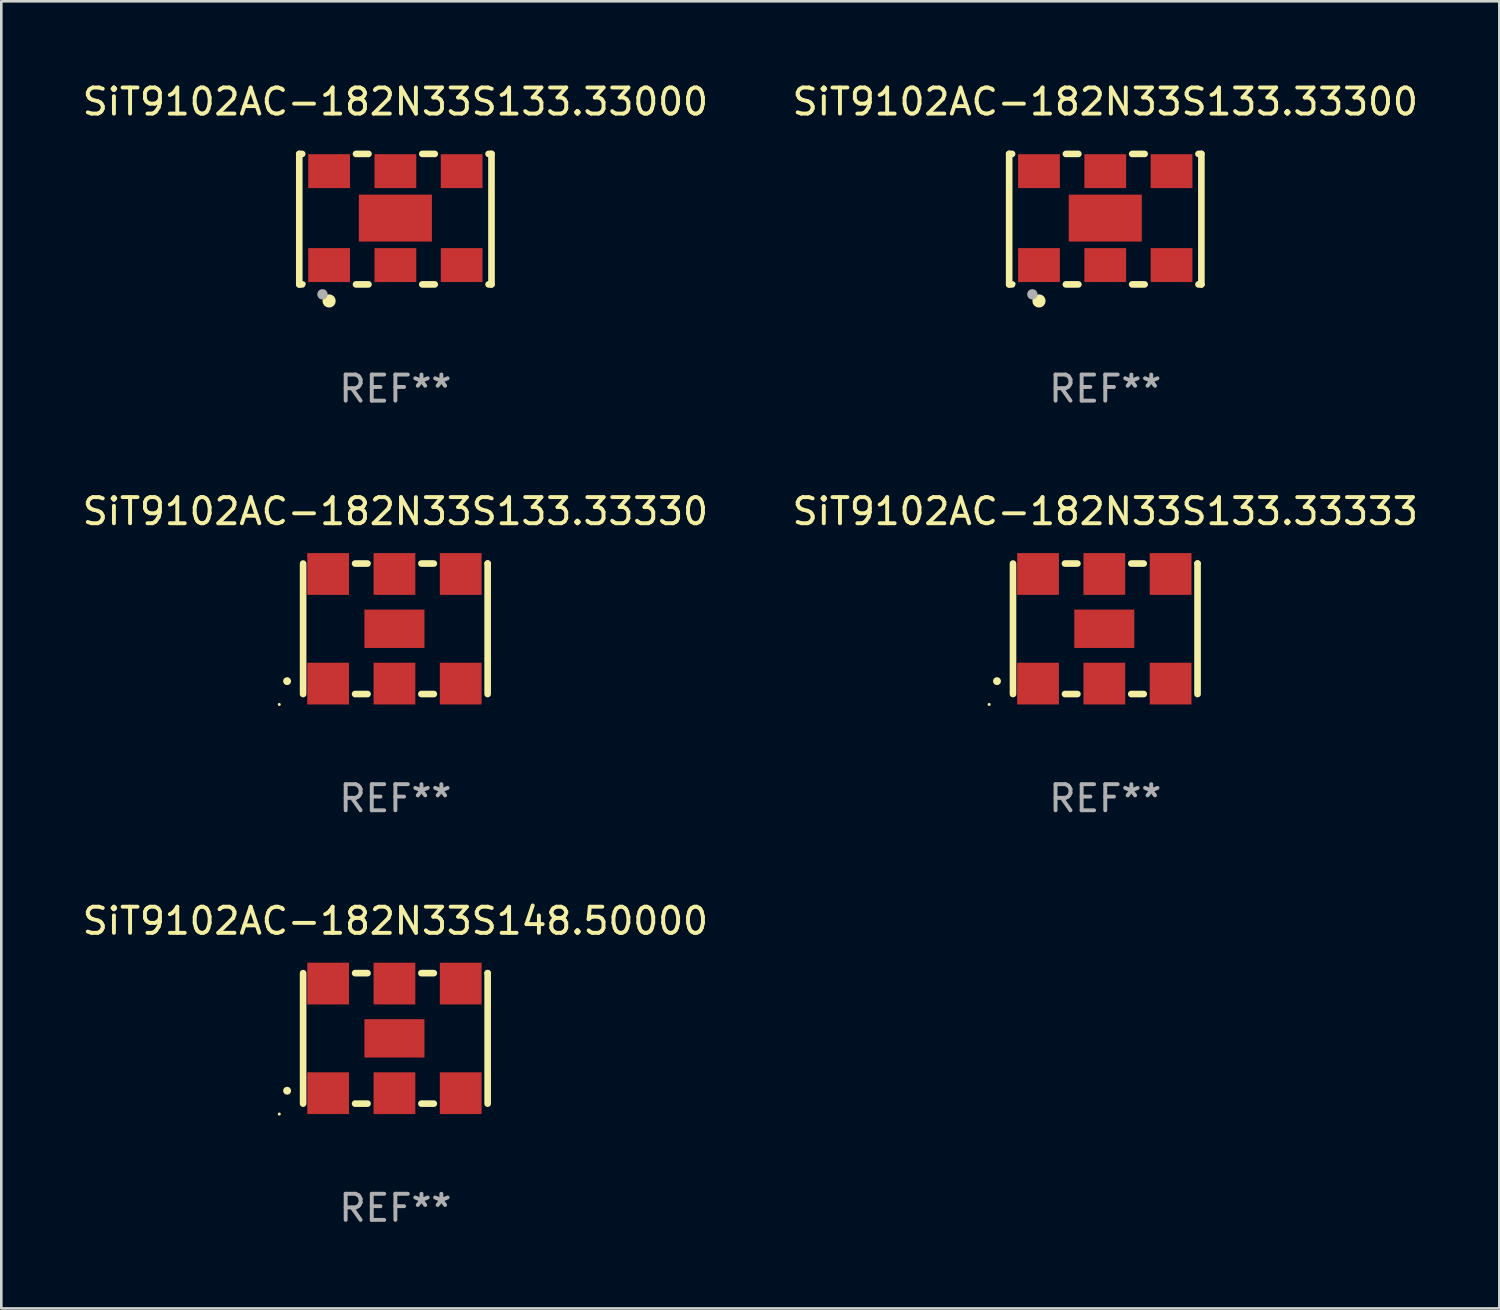
<source format=kicad_pcb>
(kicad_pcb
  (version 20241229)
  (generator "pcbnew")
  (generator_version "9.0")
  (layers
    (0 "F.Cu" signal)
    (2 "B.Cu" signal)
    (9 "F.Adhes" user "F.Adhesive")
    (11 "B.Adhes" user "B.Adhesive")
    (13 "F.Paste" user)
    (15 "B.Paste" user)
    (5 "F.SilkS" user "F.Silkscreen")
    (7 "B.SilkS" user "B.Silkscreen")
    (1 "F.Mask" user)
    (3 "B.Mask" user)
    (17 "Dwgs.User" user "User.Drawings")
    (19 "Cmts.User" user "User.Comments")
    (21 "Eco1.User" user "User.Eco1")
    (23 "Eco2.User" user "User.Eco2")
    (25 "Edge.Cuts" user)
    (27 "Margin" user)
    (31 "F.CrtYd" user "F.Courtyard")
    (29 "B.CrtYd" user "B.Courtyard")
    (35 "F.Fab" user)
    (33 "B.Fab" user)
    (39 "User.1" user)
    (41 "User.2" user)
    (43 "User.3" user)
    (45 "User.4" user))
  (footprint "SiT9102AC-182N33S148.50000"
    (layer "F.Cu")
    (at 12.101 36.741)
    (property "Reference" "SiT9102AC-182N33S148.50000" (at 0 -4.5 0) (layer "F.SilkS") (effects (font (size 1 1) (thickness 0.15))))
    (attr through_hole)
    (fp_line (start -3.536 -2.5) (end -3.536 2.5) (stroke (width 0.254) (type solid)) (layer "F.SilkS"))
    (fp_line (start -1.544 2.5) (end -1.067 2.5) (stroke (width 0.254) (type solid)) (layer "F.SilkS"))
    (fp_line (start -1.067 -2.5) (end -1.544 -2.5) (stroke (width 0.254) (type solid)) (layer "F.SilkS"))
    (fp_line (start 0.996 2.5) (end 1.473 2.5) (stroke (width 0.254) (type solid)) (layer "F.SilkS"))
    (fp_line (start 1.473 -2.5) (end 0.996 -2.5) (stroke (width 0.254) (type solid)) (layer "F.SilkS"))
    (fp_line (start 3.536 -2.5) (end 3.536 -2.5) (stroke (width 0.254) (type solid)) (layer "F.SilkS"))
    (fp_line (start 3.536 2.5) (end 3.536 -2.5) (stroke (width 0.254) (type solid)) (layer "F.SilkS"))
    (fp_arc (start -4.150432 2.006604) (mid -4.149162 2.006599) (end -4.147892 2.006604) (stroke (width 0.3) (type solid)) (layer "F.SilkS"))
    (fp_circle (center -4.449 2.9) (end -4.419 2.9) (stroke (width 0.06) (type solid)) (fill no) (layer "F.SilkS"))
    (fp_text user "REF**" (at 0 6.5 0) (layer "F.Fab") (effects (font (size 1 1) (thickness 0.15))))
    (pad "1" smd rect (at -2.576 2.1) (size 1.6 1.6) (layers "F.Cu" "F.Mask" "F.Paste"))
    (pad "2" smd rect (at -0.036 2.1) (size 1.6 1.6) (layers "F.Cu" "F.Mask" "F.Paste"))
    (pad "3" smd rect (at 2.504 2.1) (size 1.6 1.6) (layers "F.Cu" "F.Mask" "F.Paste"))
    (pad "4" smd rect (at 2.504 -2.1) (size 1.6 1.6) (layers "F.Cu" "F.Mask" "F.Paste"))
    (pad "5" smd rect (at -0.036 -2.1) (size 1.6 1.6) (layers "F.Cu" "F.Mask" "F.Paste"))
    (pad "6" smd rect (at -2.576 -2.1) (size 1.6 1.6) (layers "F.Cu" "F.Mask" "F.Paste"))
    (pad "7" smd rect (at -0.036 0) (size 2.3 1.47) (layers "F.Cu" "F.Mask" "F.Paste")))
  (footprint "SiT9102AC-182N33S133.33300"
    (layer "F.Cu")
    (at 39.304 5.348)
    (property "Reference" "SiT9102AC-182N33S133.33300" (at 0 -4.5 0) (layer "F.SilkS") (effects (font (size 1 1) (thickness 0.15))))
    (attr through_hole)
    (fp_line (start -3.683 -2.5) (end -3.571 -2.5) (stroke (width 0.254) (type solid)) (layer "F.SilkS"))
    (fp_line (start -3.683 2.5) (end -3.683 -2.5) (stroke (width 0.254) (type solid)) (layer "F.SilkS"))
    (fp_line (start -3.683 2.5) (end -3.571 2.5) (stroke (width 0.254) (type solid)) (layer "F.SilkS"))
    (fp_line (start -1.509 -2.5) (end -1.031 -2.5) (stroke (width 0.254) (type solid)) (layer "F.SilkS"))
    (fp_line (start -1.509 2.5) (end -1.031 2.5) (stroke (width 0.254) (type solid)) (layer "F.SilkS"))
    (fp_line (start 1.031 -2.5) (end 1.509 -2.5) (stroke (width 0.254) (type solid)) (layer "F.SilkS"))
    (fp_line (start 1.031 2.5) (end 1.509 2.5) (stroke (width 0.254) (type solid)) (layer "F.SilkS"))
    (fp_line (start 3.571 -2.5) (end 3.683 -2.5) (stroke (width 0.254) (type solid)) (layer "F.SilkS"))
    (fp_line (start 3.571 2.5) (end 3.683 2.5) (stroke (width 0.254) (type solid)) (layer "F.SilkS"))
    (fp_line (start 3.683 2.5) (end 3.683 -2.5) (stroke (width 0.254) (type solid)) (layer "F.SilkS"))
    (fp_circle (center -3.5 2.46) (end -3.47 2.46) (stroke (width 0.06) (type solid)) (fill no) (layer "F.SilkS"))
    (fp_circle (center -2.54 3.135) (end -2.413 3.135) (stroke (width 0.254) (type solid)) (fill no) (layer "F.SilkS"))
    (fp_circle (center -2.794 2.881) (end -2.694 2.881) (stroke (width 0.2) (type solid)) (fill no) (layer "F.Fab"))
    (fp_text user "REF**" (at 0 6.5 0) (layer "F.Fab") (effects (font (size 1 1) (thickness 0.15))))
    (pad "1" smd rect (at -2.54 1.76) (size 1.6 1.3) (layers "F.Cu" "F.Mask" "F.Paste"))
    (pad "2" smd rect (at 0 1.76) (size 1.6 1.3) (layers "F.Cu" "F.Mask" "F.Paste"))
    (pad "3" smd rect (at 2.54 1.76) (size 1.6 1.3) (layers "F.Cu" "F.Mask" "F.Paste"))
    (pad "4" smd rect (at 2.54 -1.84) (size 1.6 1.3) (layers "F.Cu" "F.Mask" "F.Paste"))
    (pad "5" smd rect (at 0 -1.84) (size 1.6 1.3) (layers "F.Cu" "F.Mask" "F.Paste"))
    (pad "6" smd rect (at -2.54 -1.84) (size 1.6 1.3) (layers "F.Cu" "F.Mask" "F.Paste"))
    (pad "7" smd rect (at 0 -0.04) (size 2.8 1.8) (layers "F.Cu" "F.Mask" "F.Paste")))
  (footprint "SiT9102AC-182N33S133.33000"
    (layer "F.Cu")
    (at 12.101 5.348)
    (property "Reference" "SiT9102AC-182N33S133.33000" (at 0 -4.5 0) (layer "F.SilkS") (effects (font (size 1 1) (thickness 0.15))))
    (attr through_hole)
    (fp_line (start -3.683 -2.5) (end -3.571 -2.5) (stroke (width 0.254) (type solid)) (layer "F.SilkS"))
    (fp_line (start -3.683 2.5) (end -3.683 -2.5) (stroke (width 0.254) (type solid)) (layer "F.SilkS"))
    (fp_line (start -3.683 2.5) (end -3.571 2.5) (stroke (width 0.254) (type solid)) (layer "F.SilkS"))
    (fp_line (start -1.509 -2.5) (end -1.031 -2.5) (stroke (width 0.254) (type solid)) (layer "F.SilkS"))
    (fp_line (start -1.509 2.5) (end -1.031 2.5) (stroke (width 0.254) (type solid)) (layer "F.SilkS"))
    (fp_line (start 1.031 -2.5) (end 1.509 -2.5) (stroke (width 0.254) (type solid)) (layer "F.SilkS"))
    (fp_line (start 1.031 2.5) (end 1.509 2.5) (stroke (width 0.254) (type solid)) (layer "F.SilkS"))
    (fp_line (start 3.571 -2.5) (end 3.683 -2.5) (stroke (width 0.254) (type solid)) (layer "F.SilkS"))
    (fp_line (start 3.571 2.5) (end 3.683 2.5) (stroke (width 0.254) (type solid)) (layer "F.SilkS"))
    (fp_line (start 3.683 2.5) (end 3.683 -2.5) (stroke (width 0.254) (type solid)) (layer "F.SilkS"))
    (fp_circle (center -3.5 2.46) (end -3.47 2.46) (stroke (width 0.06) (type solid)) (fill no) (layer "F.SilkS"))
    (fp_circle (center -2.54 3.135) (end -2.413 3.135) (stroke (width 0.254) (type solid)) (fill no) (layer "F.SilkS"))
    (fp_circle (center -2.794 2.881) (end -2.694 2.881) (stroke (width 0.2) (type solid)) (fill no) (layer "F.Fab"))
    (fp_text user "REF**" (at 0 6.5 0) (layer "F.Fab") (effects (font (size 1 1) (thickness 0.15))))
    (pad "1" smd rect (at -2.54 1.76) (size 1.6 1.3) (layers "F.Cu" "F.Mask" "F.Paste"))
    (pad "2" smd rect (at 0 1.76) (size 1.6 1.3) (layers "F.Cu" "F.Mask" "F.Paste"))
    (pad "3" smd rect (at 2.54 1.76) (size 1.6 1.3) (layers "F.Cu" "F.Mask" "F.Paste"))
    (pad "4" smd rect (at 2.54 -1.84) (size 1.6 1.3) (layers "F.Cu" "F.Mask" "F.Paste"))
    (pad "5" smd rect (at 0 -1.84) (size 1.6 1.3) (layers "F.Cu" "F.Mask" "F.Paste"))
    (pad "6" smd rect (at -2.54 -1.84) (size 1.6 1.3) (layers "F.Cu" "F.Mask" "F.Paste"))
    (pad "7" smd rect (at 0 -0.04) (size 2.8 1.8) (layers "F.Cu" "F.Mask" "F.Paste")))
  (footprint "SiT9102AC-182N33S133.33330"
    (layer "F.Cu")
    (at 12.101 21.045)
    (property "Reference" "SiT9102AC-182N33S133.33330" (at 0 -4.5 0) (layer "F.SilkS") (effects (font (size 1 1) (thickness 0.15))))
    (attr through_hole)
    (fp_line (start -3.536 -2.5) (end -3.536 2.5) (stroke (width 0.254) (type solid)) (layer "F.SilkS"))
    (fp_line (start -1.544 2.5) (end -1.067 2.5) (stroke (width 0.254) (type solid)) (layer "F.SilkS"))
    (fp_line (start -1.067 -2.5) (end -1.544 -2.5) (stroke (width 0.254) (type solid)) (layer "F.SilkS"))
    (fp_line (start 0.996 2.5) (end 1.473 2.5) (stroke (width 0.254) (type solid)) (layer "F.SilkS"))
    (fp_line (start 1.473 -2.5) (end 0.996 -2.5) (stroke (width 0.254) (type solid)) (layer "F.SilkS"))
    (fp_line (start 3.536 -2.5) (end 3.536 -2.5) (stroke (width 0.254) (type solid)) (layer "F.SilkS"))
    (fp_line (start 3.536 2.5) (end 3.536 -2.5) (stroke (width 0.254) (type solid)) (layer "F.SilkS"))
    (fp_arc (start -4.150432 2.006604) (mid -4.149162 2.006599) (end -4.147892 2.006604) (stroke (width 0.3) (type solid)) (layer "F.SilkS"))
    (fp_circle (center -4.449 2.9) (end -4.419 2.9) (stroke (width 0.06) (type solid)) (fill no) (layer "F.SilkS"))
    (fp_text user "REF**" (at 0 6.5 0) (layer "F.Fab") (effects (font (size 1 1) (thickness 0.15))))
    (pad "1" smd rect (at -2.576 2.1) (size 1.6 1.6) (layers "F.Cu" "F.Mask" "F.Paste"))
    (pad "2" smd rect (at -0.036 2.1) (size 1.6 1.6) (layers "F.Cu" "F.Mask" "F.Paste"))
    (pad "3" smd rect (at 2.504 2.1) (size 1.6 1.6) (layers "F.Cu" "F.Mask" "F.Paste"))
    (pad "4" smd rect (at 2.504 -2.1) (size 1.6 1.6) (layers "F.Cu" "F.Mask" "F.Paste"))
    (pad "5" smd rect (at -0.036 -2.1) (size 1.6 1.6) (layers "F.Cu" "F.Mask" "F.Paste"))
    (pad "6" smd rect (at -2.576 -2.1) (size 1.6 1.6) (layers "F.Cu" "F.Mask" "F.Paste"))
    (pad "7" smd rect (at -0.036 0) (size 2.3 1.47) (layers "F.Cu" "F.Mask" "F.Paste")))
  (footprint "SiT9102AC-182N33S133.33333"
    (layer "F.Cu")
    (at 39.304 21.045)
    (property "Reference" "SiT9102AC-182N33S133.33333" (at 0 -4.5 0) (layer "F.SilkS") (effects (font (size 1 1) (thickness 0.15))))
    (attr through_hole)
    (fp_line (start -3.536 -2.5) (end -3.536 2.5) (stroke (width 0.254) (type solid)) (layer "F.SilkS"))
    (fp_line (start -1.544 2.5) (end -1.067 2.5) (stroke (width 0.254) (type solid)) (layer "F.SilkS"))
    (fp_line (start -1.067 -2.5) (end -1.544 -2.5) (stroke (width 0.254) (type solid)) (layer "F.SilkS"))
    (fp_line (start 0.996 2.5) (end 1.473 2.5) (stroke (width 0.254) (type solid)) (layer "F.SilkS"))
    (fp_line (start 1.473 -2.5) (end 0.996 -2.5) (stroke (width 0.254) (type solid)) (layer "F.SilkS"))
    (fp_line (start 3.536 -2.5) (end 3.536 -2.5) (stroke (width 0.254) (type solid)) (layer "F.SilkS"))
    (fp_line (start 3.536 2.5) (end 3.536 -2.5) (stroke (width 0.254) (type solid)) (layer "F.SilkS"))
    (fp_arc (start -4.150432 2.006604) (mid -4.149162 2.006599) (end -4.147892 2.006604) (stroke (width 0.3) (type solid)) (layer "F.SilkS"))
    (fp_circle (center -4.449 2.9) (end -4.419 2.9) (stroke (width 0.06) (type solid)) (fill no) (layer "F.SilkS"))
    (fp_text user "REF**" (at 0 6.5 0) (layer "F.Fab") (effects (font (size 1 1) (thickness 0.15))))
    (pad "1" smd rect (at -2.576 2.1) (size 1.6 1.6) (layers "F.Cu" "F.Mask" "F.Paste"))
    (pad "2" smd rect (at -0.036 2.1) (size 1.6 1.6) (layers "F.Cu" "F.Mask" "F.Paste"))
    (pad "3" smd rect (at 2.504 2.1) (size 1.6 1.6) (layers "F.Cu" "F.Mask" "F.Paste"))
    (pad "4" smd rect (at 2.504 -2.1) (size 1.6 1.6) (layers "F.Cu" "F.Mask" "F.Paste"))
    (pad "5" smd rect (at -0.036 -2.1) (size 1.6 1.6) (layers "F.Cu" "F.Mask" "F.Paste"))
    (pad "6" smd rect (at -2.576 -2.1) (size 1.6 1.6) (layers "F.Cu" "F.Mask" "F.Paste"))
    (pad "7" smd rect (at -0.036 0) (size 2.3 1.47) (layers "F.Cu" "F.Mask" "F.Paste")))
  (gr_rect
    (start -3 -3)
    (end 54.405 47.09)
    (stroke (width 0.1) (type default))
    (fill no)
    (layer "Edge.Cuts")))
</source>
